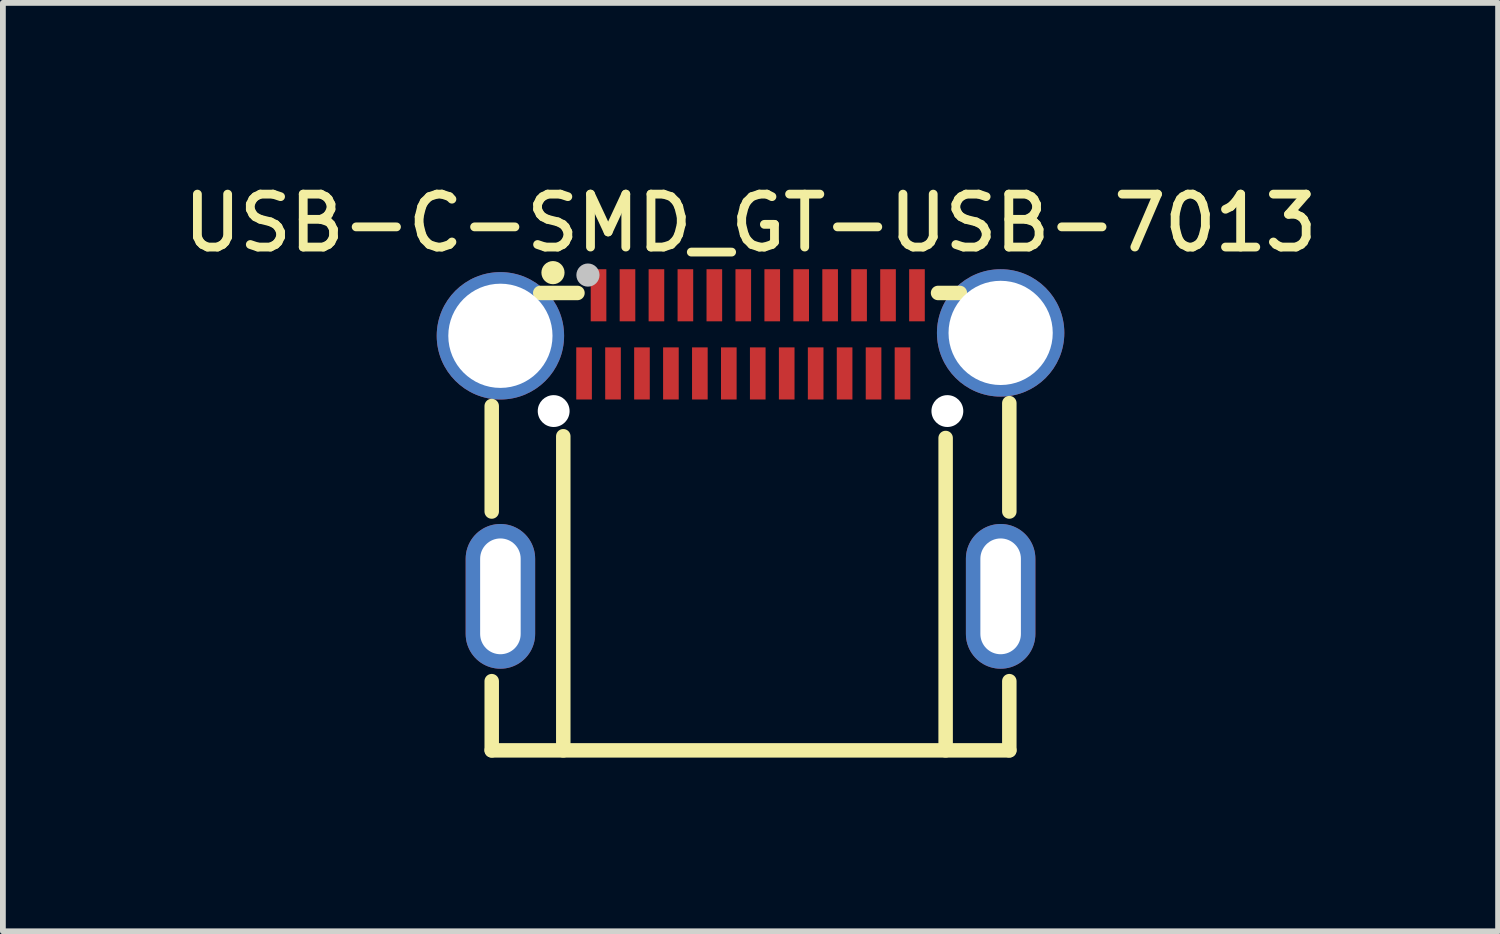
<source format=kicad_pcb>
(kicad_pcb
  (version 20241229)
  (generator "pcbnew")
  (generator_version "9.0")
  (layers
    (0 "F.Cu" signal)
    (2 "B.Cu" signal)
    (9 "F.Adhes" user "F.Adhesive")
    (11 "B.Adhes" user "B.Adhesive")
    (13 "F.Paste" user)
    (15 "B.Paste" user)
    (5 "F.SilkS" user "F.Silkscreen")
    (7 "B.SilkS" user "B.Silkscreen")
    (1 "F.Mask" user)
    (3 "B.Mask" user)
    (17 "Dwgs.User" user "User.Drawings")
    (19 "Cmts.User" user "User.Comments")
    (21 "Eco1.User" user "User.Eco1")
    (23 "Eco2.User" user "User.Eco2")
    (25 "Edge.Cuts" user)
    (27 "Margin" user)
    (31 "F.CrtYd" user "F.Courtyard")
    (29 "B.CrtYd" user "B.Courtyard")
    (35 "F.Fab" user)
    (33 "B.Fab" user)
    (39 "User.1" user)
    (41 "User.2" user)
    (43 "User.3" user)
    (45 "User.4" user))
  (footprint "USB-C-SMD_GT-USB-7013"
    (layer "F.Cu")
    (at 9.913 4.65)
    (property "Reference" "USB-C-SMD_GT-USB-7013" (at 0 -3.848 0) (unlocked yes) (layer "F.SilkS") (effects (font (size 0.914 0.914) (thickness 0.152))))
    (fp_line (start -4.47 1.135) (end -4.47 -0.687) (stroke (width 0.25) (type default)) (layer "F.SilkS"))
    (fp_line (start -4.47 5.26) (end -4.47 4.065) (stroke (width 0.25) (type default)) (layer "F.SilkS"))
    (fp_line (start -4.47 5.26) (end 4.47 5.26) (stroke (width 0.25) (type default)) (layer "F.SilkS"))
    (fp_line (start -3.632 -2.64) (end -2.989 -2.64) (stroke (width 0.25) (type default)) (layer "F.SilkS"))
    (fp_line (start -3.234 5.26) (end -3.234 -0.165) (stroke (width 0.25) (type default)) (layer "F.SilkS"))
    (fp_line (start 3.239 -2.64) (end 3.616 -2.64) (stroke (width 0.25) (type default)) (layer "F.SilkS"))
    (fp_line (start 3.37 5.26) (end 3.37 -0.135) (stroke (width 0.25) (type default)) (layer "F.SilkS"))
    (fp_line (start 4.47 1.135) (end 4.47 -0.737) (stroke (width 0.25) (type default)) (layer "F.SilkS"))
    (fp_line (start 4.47 5.26) (end 4.47 4.065) (stroke (width 0.25) (type default)) (layer "F.SilkS"))
    (fp_circle (center -3.412 -2.991) (end -3.312 -2.991) (stroke (width 0.2) (type default)) (fill no) (layer "F.SilkS"))
    (fp_circle (center -3.4 -0.6) (end -3.3 -0.6) (stroke (width 0.2) (type default)) (fill no) (layer "Dwgs.User"))
    (fp_circle (center -2.808 -2.949) (end -2.708 -2.949) (stroke (width 0.2) (type default)) (fill no) (layer "Dwgs.User"))
    (fp_circle (center 3.4 -0.6) (end 3.5 -0.6) (stroke (width 0.2) (type default)) (fill no) (layer "Dwgs.User"))
    (fp_circle (center -4.47 -2.9) (end -4.44 -2.9) (stroke (width 0.06) (type default)) (fill no) (layer "User.5"))
    (pad "" np_thru_hole circle (at -3.4 -0.6) (size 0.55 0.55) (drill 0.55) (layers "*.Cu" "*.Mask"))
    (pad "" np_thru_hole circle (at 3.4 -0.6) (size 0.55 0.55) (drill 0.55) (layers "*.Cu" "*.Mask"))
    (pad "1" smd rect (at -2.625 -2.6) (size 0.27 0.9) (layers "F.Cu" "F.Mask" "F.Paste"))
    (pad "2" smd rect (at -2.125 -2.6) (size 0.27 0.9) (layers "F.Cu" "F.Mask" "F.Paste"))
    (pad "3" smd rect (at -1.625 -2.6) (size 0.27 0.9) (layers "F.Cu" "F.Mask" "F.Paste"))
    (pad "4" smd rect (at -1.125 -2.6) (size 0.27 0.9) (layers "F.Cu" "F.Mask" "F.Paste"))
    (pad "5" smd rect (at -0.625 -2.6) (size 0.27 0.9) (layers "F.Cu" "F.Mask" "F.Paste"))
    (pad "6" smd rect (at -0.125 -2.6) (size 0.27 0.9) (layers "F.Cu" "F.Mask" "F.Paste"))
    (pad "7" smd rect (at 0.375 -2.6) (size 0.27 0.9) (layers "F.Cu" "F.Mask" "F.Paste"))
    (pad "8" smd rect (at 0.875 -2.6) (size 0.27 0.9) (layers "F.Cu" "F.Mask" "F.Paste"))
    (pad "9" smd rect (at 1.375 -2.6) (size 0.27 0.9) (layers "F.Cu" "F.Mask" "F.Paste"))
    (pad "10" smd rect (at 1.875 -2.6) (size 0.27 0.9) (layers "F.Cu" "F.Mask" "F.Paste"))
    (pad "11" smd rect (at 2.375 -2.6) (size 0.27 0.9) (layers "F.Cu" "F.Mask" "F.Paste"))
    (pad "12" smd rect (at 2.875 -2.6) (size 0.27 0.9) (layers "F.Cu" "F.Mask" "F.Paste"))
    (pad "13" smd rect (at 2.625 -1.25) (size 0.27 0.9) (layers "F.Cu" "F.Mask" "F.Paste"))
    (pad "14" smd rect (at 2.125 -1.25) (size 0.27 0.9) (layers "F.Cu" "F.Mask" "F.Paste"))
    (pad "15" smd rect (at 1.625 -1.25) (size 0.27 0.9) (layers "F.Cu" "F.Mask" "F.Paste"))
    (pad "16" smd rect (at 1.125 -1.25) (size 0.27 0.9) (layers "F.Cu" "F.Mask" "F.Paste"))
    (pad "17" smd rect (at 0.625 -1.25) (size 0.27 0.9) (layers "F.Cu" "F.Mask" "F.Paste"))
    (pad "18" smd rect (at 0.125 -1.25) (size 0.27 0.9) (layers "F.Cu" "F.Mask" "F.Paste"))
    (pad "19" smd rect (at -0.375 -1.25) (size 0.27 0.9) (layers "F.Cu" "F.Mask" "F.Paste"))
    (pad "20" smd rect (at -0.875 -1.25) (size 0.27 0.9) (layers "F.Cu" "F.Mask" "F.Paste"))
    (pad "21" smd rect (at -1.375 -1.25) (size 0.27 0.9) (layers "F.Cu" "F.Mask" "F.Paste"))
    (pad "22" smd rect (at -1.875 -1.25) (size 0.27 0.9) (layers "F.Cu" "F.Mask" "F.Paste"))
    (pad "23" smd rect (at -2.375 -1.25) (size 0.27 0.9) (layers "F.Cu" "F.Mask" "F.Paste"))
    (pad "24" smd rect (at -2.875 -1.25) (size 0.27 0.9) (layers "F.Cu" "F.Mask" "F.Paste"))
    (pad "25" thru_hole oval (at 4.32 -1.95) (size 2.2 2.2) (drill 1.8) (layers "*.Cu" "*.Mask"))
    (pad "26" thru_hole oval (at 4.32 2.6) (size 1.2 2.5) (drill oval 0.7 2) (layers "*.Cu" "*.Mask"))
    (pad "27" thru_hole oval (at -4.32 2.6) (size 1.2 2.5) (drill oval 0.7 2) (layers "*.Cu" "*.Mask"))
    (pad "28" thru_hole oval (at -4.32 -1.9) (size 2.2 2.2) (drill 1.8) (layers "*.Cu" "*.Mask"))
    (zone (net_name "") (layer "F.Paste") (hatch edge 0.5) (priority 100) (connect_pads yes) (min_thickness 0) (filled_areas_thickness no) (fill yes) (polygon (pts (xy 6.902 2.95) (xy 7.172 2.95) (xy 7.172 3.85) (xy 6.902 3.85))) (filled_polygon (layer "F.Paste") (island) (pts (xy 6.902 2.95) (xy 7.172 2.95) (xy 7.172 3.85) (xy 6.902 3.85))))
    (zone (net_name "") (layer "F.Paste") (hatch edge 0.5) (priority 100) (connect_pads yes) (min_thickness 0) (filled_areas_thickness no) (fill yes) (polygon (pts (xy 7.152 1.6) (xy 7.422 1.6) (xy 7.422 2.5) (xy 7.152 2.5))) (filled_polygon (layer "F.Paste") (island) (pts (xy 7.152 1.6) (xy 7.422 1.6) (xy 7.422 2.5) (xy 7.152 2.5))))
    (zone (net_name "") (layer "F.Paste") (hatch edge 0.5) (priority 100) (connect_pads yes) (min_thickness 0) (filled_areas_thickness no) (fill yes) (polygon (pts (xy 7.402 2.95) (xy 7.672 2.95) (xy 7.672 3.85) (xy 7.402 3.85))) (filled_polygon (layer "F.Paste") (island) (pts (xy 7.402 2.95) (xy 7.672 2.95) (xy 7.672 3.85) (xy 7.402 3.85))))
    (zone (net_name "") (layer "F.Paste") (hatch edge 0.5) (priority 100) (connect_pads yes) (min_thickness 0) (filled_areas_thickness no) (fill yes) (polygon (pts (xy 7.652 1.6) (xy 7.922 1.6) (xy 7.922 2.5) (xy 7.652 2.5))) (filled_polygon (layer "F.Paste") (island) (pts (xy 7.652 1.6) (xy 7.922 1.6) (xy 7.922 2.5) (xy 7.652 2.5))))
    (zone (net_name "") (layer "F.Paste") (hatch edge 0.5) (priority 100) (connect_pads yes) (min_thickness 0) (filled_areas_thickness no) (fill yes) (polygon (pts (xy 7.902 2.95) (xy 8.172 2.95) (xy 8.172 3.85) (xy 7.902 3.85))) (filled_polygon (layer "F.Paste") (island) (pts (xy 7.902 2.95) (xy 8.172 2.95) (xy 8.172 3.85) (xy 7.902 3.85))))
    (zone (net_name "") (layer "F.Paste") (hatch edge 0.5) (priority 100) (connect_pads yes) (min_thickness 0) (filled_areas_thickness no) (fill yes) (polygon (pts (xy 8.152 1.6) (xy 8.422 1.6) (xy 8.422 2.5) (xy 8.152 2.5))) (filled_polygon (layer "F.Paste") (island) (pts (xy 8.152 1.6) (xy 8.422 1.6) (xy 8.422 2.5) (xy 8.152 2.5))))
    (zone (net_name "") (layer "F.Paste") (hatch edge 0.5) (priority 100) (connect_pads yes) (min_thickness 0) (filled_areas_thickness no) (fill yes) (polygon (pts (xy 8.402 2.95) (xy 8.672 2.95) (xy 8.672 3.85) (xy 8.402 3.85))) (filled_polygon (layer "F.Paste") (island) (pts (xy 8.402 2.95) (xy 8.672 2.95) (xy 8.672 3.85) (xy 8.402 3.85))))
    (zone (net_name "") (layer "F.Paste") (hatch edge 0.5) (priority 100) (connect_pads yes) (min_thickness 0) (filled_areas_thickness no) (fill yes) (polygon (pts (xy 8.652 1.6) (xy 8.922 1.6) (xy 8.922 2.5) (xy 8.652 2.5))) (filled_polygon (layer "F.Paste") (island) (pts (xy 8.652 1.6) (xy 8.922 1.6) (xy 8.922 2.5) (xy 8.652 2.5))))
    (zone (net_name "") (layer "F.Paste") (hatch edge 0.5) (priority 100) (connect_pads yes) (min_thickness 0) (filled_areas_thickness no) (fill yes) (polygon (pts (xy 8.902 2.95) (xy 9.172 2.95) (xy 9.172 3.85) (xy 8.902 3.85))) (filled_polygon (layer "F.Paste") (island) (pts (xy 8.902 2.95) (xy 9.172 2.95) (xy 9.172 3.85) (xy 8.902 3.85))))
    (zone (net_name "") (layer "F.Paste") (hatch edge 0.5) (priority 100) (connect_pads yes) (min_thickness 0) (filled_areas_thickness no) (fill yes) (polygon (pts (xy 9.152 1.6) (xy 9.422 1.6) (xy 9.422 2.5) (xy 9.152 2.5))) (filled_polygon (layer "F.Paste") (island) (pts (xy 9.152 1.6) (xy 9.422 1.6) (xy 9.422 2.5) (xy 9.152 2.5))))
    (zone (net_name "") (layer "F.Paste") (hatch edge 0.5) (priority 100) (connect_pads yes) (min_thickness 0) (filled_areas_thickness no) (fill yes) (polygon (pts (xy 9.402 2.95) (xy 9.672 2.95) (xy 9.672 3.85) (xy 9.402 3.85))) (filled_polygon (layer "F.Paste") (island) (pts (xy 9.402 2.95) (xy 9.672 2.95) (xy 9.672 3.85) (xy 9.402 3.85))))
    (zone (net_name "") (layer "F.Paste") (hatch edge 0.5) (priority 100) (connect_pads yes) (min_thickness 0) (filled_areas_thickness no) (fill yes) (polygon (pts (xy 9.652 1.6) (xy 9.922 1.6) (xy 9.922 2.5) (xy 9.652 2.5))) (filled_polygon (layer "F.Paste") (island) (pts (xy 9.652 1.6) (xy 9.922 1.6) (xy 9.922 2.5) (xy 9.652 2.5))))
    (zone (net_name "") (layer "F.Paste") (hatch edge 0.5) (priority 100) (connect_pads yes) (min_thickness 0) (filled_areas_thickness no) (fill yes) (polygon (pts (xy 9.902 2.95) (xy 10.172 2.95) (xy 10.172 3.85) (xy 9.902 3.85))) (filled_polygon (layer "F.Paste") (island) (pts (xy 9.902 2.95) (xy 10.172 2.95) (xy 10.172 3.85) (xy 9.902 3.85))))
    (zone (net_name "") (layer "F.Paste") (hatch edge 0.5) (priority 100) (connect_pads yes) (min_thickness 0) (filled_areas_thickness no) (fill yes) (polygon (pts (xy 10.152 1.6) (xy 10.422 1.6) (xy 10.422 2.5) (xy 10.152 2.5))) (filled_polygon (layer "F.Paste") (island) (pts (xy 10.152 1.6) (xy 10.422 1.6) (xy 10.422 2.5) (xy 10.152 2.5))))
    (zone (net_name "") (layer "F.Paste") (hatch edge 0.5) (priority 100) (connect_pads yes) (min_thickness 0) (filled_areas_thickness no) (fill yes) (polygon (pts (xy 10.402 2.95) (xy 10.672 2.95) (xy 10.672 3.85) (xy 10.402 3.85))) (filled_polygon (layer "F.Paste") (island) (pts (xy 10.402 2.95) (xy 10.672 2.95) (xy 10.672 3.85) (xy 10.402 3.85))))
    (zone (net_name "") (layer "F.Paste") (hatch edge 0.5) (priority 100) (connect_pads yes) (min_thickness 0) (filled_areas_thickness no) (fill yes) (polygon (pts (xy 10.652 1.6) (xy 10.922 1.6) (xy 10.922 2.5) (xy 10.652 2.5))) (filled_polygon (layer "F.Paste") (island) (pts (xy 10.652 1.6) (xy 10.922 1.6) (xy 10.922 2.5) (xy 10.652 2.5))))
    (zone (net_name "") (layer "F.Paste") (hatch edge 0.5) (priority 100) (connect_pads yes) (min_thickness 0) (filled_areas_thickness no) (fill yes) (polygon (pts (xy 10.902 2.95) (xy 11.172 2.95) (xy 11.172 3.85) (xy 10.902 3.85))) (filled_polygon (layer "F.Paste") (island) (pts (xy 10.902 2.95) (xy 11.172 2.95) (xy 11.172 3.85) (xy 10.902 3.85))))
    (zone (net_name "") (layer "F.Paste") (hatch edge 0.5) (priority 100) (connect_pads yes) (min_thickness 0) (filled_areas_thickness no) (fill yes) (polygon (pts (xy 11.152 1.6) (xy 11.422 1.6) (xy 11.422 2.5) (xy 11.152 2.5))) (filled_polygon (layer "F.Paste") (island) (pts (xy 11.152 1.6) (xy 11.422 1.6) (xy 11.422 2.5) (xy 11.152 2.5))))
    (zone (net_name "") (layer "F.Paste") (hatch edge 0.5) (priority 100) (connect_pads yes) (min_thickness 0) (filled_areas_thickness no) (fill yes) (polygon (pts (xy 11.402 2.95) (xy 11.672 2.95) (xy 11.672 3.85) (xy 11.402 3.85))) (filled_polygon (layer "F.Paste") (island) (pts (xy 11.402 2.95) (xy 11.672 2.95) (xy 11.672 3.85) (xy 11.402 3.85))))
    (zone (net_name "") (layer "F.Paste") (hatch edge 0.5) (priority 100) (connect_pads yes) (min_thickness 0) (filled_areas_thickness no) (fill yes) (polygon (pts (xy 11.652 1.6) (xy 11.922 1.6) (xy 11.922 2.5) (xy 11.652 2.5))) (filled_polygon (layer "F.Paste") (island) (pts (xy 11.652 1.6) (xy 11.922 1.6) (xy 11.922 2.5) (xy 11.652 2.5))))
    (zone (net_name "") (layer "F.Paste") (hatch edge 0.5) (priority 100) (connect_pads yes) (min_thickness 0) (filled_areas_thickness no) (fill yes) (polygon (pts (xy 11.902 2.95) (xy 12.172 2.95) (xy 12.172 3.85) (xy 11.902 3.85))) (filled_polygon (layer "F.Paste") (island) (pts (xy 11.902 2.95) (xy 12.172 2.95) (xy 12.172 3.85) (xy 11.902 3.85))))
    (zone (net_name "") (layer "F.Paste") (hatch edge 0.5) (priority 100) (connect_pads yes) (min_thickness 0) (filled_areas_thickness no) (fill yes) (polygon (pts (xy 12.152 1.6) (xy 12.422 1.6) (xy 12.422 2.5) (xy 12.152 2.5))) (filled_polygon (layer "F.Paste") (island) (pts (xy 12.152 1.6) (xy 12.422 1.6) (xy 12.422 2.5) (xy 12.152 2.5))))
    (zone (net_name "") (layer "F.Paste") (hatch edge 0.5) (priority 100) (connect_pads yes) (min_thickness 0) (filled_areas_thickness no) (fill yes) (polygon (pts (xy 12.402 2.95) (xy 12.672 2.95) (xy 12.672 3.85) (xy 12.402 3.85))) (filled_polygon (layer "F.Paste") (island) (pts (xy 12.402 2.95) (xy 12.672 2.95) (xy 12.672 3.85) (xy 12.402 3.85))))
    (zone (net_name "") (layer "F.Paste") (hatch edge 0.5) (priority 100) (connect_pads yes) (min_thickness 0) (filled_areas_thickness no) (fill yes) (polygon (pts (xy 12.652 1.6) (xy 12.922 1.6) (xy 12.922 2.5) (xy 12.652 2.5))) (filled_polygon (layer "F.Paste") (island) (pts (xy 12.652 1.6) (xy 12.922 1.6) (xy 12.922 2.5) (xy 12.652 2.5))))
    (zone (net_name "") (layer "F.Paste") (hatch edge 0.5) (priority 100) (connect_pads yes) (min_thickness 0) (filled_areas_thickness no) (fill yes) (polygon (pts (xy 5.652 1.652) (xy 5.415 1.665) (xy 5.185 1.728) (xy 4.975 1.84) (xy 4.794 1.994) (xy 4.65 2.183) (xy 4.55 2.399) (xy 4.499 2.631) (xy 4.499 2.869) (xy 4.55 3.102) (xy 4.65 3.317) (xy 4.794 3.507) (xy 4.975 3.661) (xy 5.185 3.772) (xy 5.415 3.836) (xy 5.652 3.849) (xy 5.887 3.81) (xy 6.108 3.722) (xy 6.305 3.589) (xy 6.468 3.416) (xy 6.591 3.212) (xy 6.667 2.987) (xy 6.693 2.75) (xy 6.667 2.514) (xy 6.591 2.288) (xy 6.468 2.085) (xy 6.305 1.912) (xy 6.108 1.778) (xy 5.887 1.69))) (filled_polygon (layer "F.Paste") (island) (pts (xy 5.652 1.652) (xy 5.415 1.665) (xy 5.185 1.728) (xy 4.975 1.84) (xy 4.794 1.994) (xy 4.65 2.183) (xy 4.55 2.399) (xy 4.499 2.631) (xy 4.499 2.869) (xy 4.55 3.102) (xy 4.65 3.317) (xy 4.794 3.507) (xy 4.975 3.661) (xy 5.185 3.772) (xy 5.415 3.836) (xy 5.652 3.849) (xy 5.887 3.81) (xy 6.108 3.722) (xy 6.305 3.589) (xy 6.468 3.416) (xy 6.591 3.212) (xy 6.667 2.987) (xy 6.693 2.75) (xy 6.667 2.514) (xy 6.591 2.288) (xy 6.468 2.085) (xy 6.305 1.912) (xy 6.108 1.778) (xy 5.887 1.69))))
    (zone (net_name "") (layer "F.Paste") (hatch edge 0.5) (priority 100) (connect_pads yes) (min_thickness 0) (filled_areas_thickness no) (fill yes) (polygon (pts (xy 14.292 1.602) (xy 14.055 1.615) (xy 13.825 1.678) (xy 13.615 1.79) (xy 13.434 1.944) (xy 13.29 2.133) (xy 13.19 2.349) (xy 13.139 2.581) (xy 13.139 2.819) (xy 13.19 3.052) (xy 13.29 3.267) (xy 13.434 3.457) (xy 13.615 3.611) (xy 13.825 3.722) (xy 14.055 3.786) (xy 14.292 3.799) (xy 14.527 3.76) (xy 14.748 3.672) (xy 14.945 3.539) (xy 15.108 3.366) (xy 15.231 3.162) (xy 15.307 2.937) (xy 15.333 2.7) (xy 15.307 2.464) (xy 15.231 2.238) (xy 15.108 2.035) (xy 14.945 1.862) (xy 14.748 1.728) (xy 14.527 1.64))) (filled_polygon (layer "F.Paste") (island) (pts (xy 14.292 1.602) (xy 14.055 1.615) (xy 13.825 1.678) (xy 13.615 1.79) (xy 13.434 1.944) (xy 13.29 2.133) (xy 13.19 2.349) (xy 13.139 2.581) (xy 13.139 2.819) (xy 13.19 3.052) (xy 13.29 3.267) (xy 13.434 3.457) (xy 13.615 3.611) (xy 13.825 3.722) (xy 14.055 3.786) (xy 14.292 3.799) (xy 14.527 3.76) (xy 14.748 3.672) (xy 14.945 3.539) (xy 15.108 3.366) (xy 15.231 3.162) (xy 15.307 2.937) (xy 15.333 2.7) (xy 15.307 2.464) (xy 15.231 2.238) (xy 15.108 2.035) (xy 14.945 1.862) (xy 14.748 1.728) (xy 14.527 1.64))))
    (zone (net_name "") (layer "F.Paste") (hatch edge 0.5) (priority 100) (connect_pads yes) (min_thickness 0) (filled_areas_thickness no) (fill yes) (polygon (pts (xy 5.637 6.002) (xy 5.607 6) (xy 5.578 6) (xy 5.548 6.002) (xy 5.518 6.005) (xy 5.488 6.009) (xy 5.459 6.015) (xy 5.43 6.023) (xy 5.401 6.031) (xy 5.373 6.042) (xy 5.346 6.053) (xy 5.319 6.066) (xy 5.293 6.081) (xy 5.267 6.096) (xy 5.242 6.113) (xy 5.218 6.131) (xy 5.196 6.15) (xy 5.174 6.171) (xy 5.153 6.192) (xy 5.133 6.214) (xy 5.114 6.238) (xy 5.097 6.262) (xy 5.081 6.287) (xy 5.066 6.313) (xy 5.052 6.34) (xy 5.04 6.367) (xy 5.029 6.395) (xy 5.019 6.423) (xy 5.011 6.452) (xy 5.004 6.481) (xy 4.999 6.511) (xy 4.995 6.54) (xy 4.993 6.57) (xy 4.993 6.6) (xy 4.993 7.9) (xy 4.993 7.93) (xy 4.995 7.96) (xy 4.999 7.99) (xy 5.004 8.019) (xy 5.011 8.048) (xy 5.019 8.077) (xy 5.029 8.105) (xy 5.04 8.133) (xy 5.052 8.16) (xy 5.066 8.187) (xy 5.081 8.213) (xy 5.097 8.238) (xy 5.114 8.262) (xy 5.133 8.286) (xy 5.153 8.308) (xy 5.174 8.33) (xy 5.196 8.35) (xy 5.218 8.369) (xy 5.242 8.387) (xy 5.267 8.404) (xy 5.293 8.42) (xy 5.319 8.434) (xy 5.346 8.447) (xy 5.373 8.459) (xy 5.401 8.469) (xy 5.43 8.478) (xy 5.459 8.485) (xy 5.488 8.491) (xy 5.518 8.496) (xy 5.548 8.498) (xy 5.578 8.5) (xy 5.607 8.5) (xy 5.637 8.498) (xy 5.667 8.496) (xy 5.697 8.491) (xy 5.726 8.485) (xy 5.755 8.478) (xy 5.784 8.469) (xy 5.812 8.459) (xy 5.839 8.447) (xy 5.866 8.434) (xy 5.893 8.42) (xy 5.918 8.404) (xy 5.943 8.387) (xy 5.967 8.369) (xy 5.99 8.35) (xy 6.011 8.33) (xy 6.032 8.308) (xy 6.052 8.286) (xy 6.071 8.262) (xy 6.088 8.238) (xy 6.104 8.213) (xy 6.119 8.187) (xy 6.133 8.16) (xy 6.145 8.133) (xy 6.156 8.105) (xy 6.166 8.077) (xy 6.174 8.048) (xy 6.181 8.019) (xy 6.186 7.99) (xy 6.19 7.96) (xy 6.192 7.93) (xy 6.193 7.9) (xy 6.193 6.6) (xy 6.192 6.57) (xy 6.19 6.54) (xy 6.186 6.511) (xy 6.181 6.481) (xy 6.174 6.452) (xy 6.166 6.423) (xy 6.156 6.395) (xy 6.145 6.367) (xy 6.133 6.34) (xy 6.119 6.313) (xy 6.104 6.287) (xy 6.088 6.262) (xy 6.071 6.238) (xy 6.052 6.214) (xy 6.032 6.192) (xy 6.011 6.171) (xy 5.99 6.15) (xy 5.967 6.131) (xy 5.943 6.113) (xy 5.918 6.096) (xy 5.893 6.081) (xy 5.866 6.066) (xy 5.839 6.053) (xy 5.812 6.042) (xy 5.784 6.031) (xy 5.755 6.023) (xy 5.726 6.015) (xy 5.697 6.009) (xy 5.667 6.005))) (filled_polygon (layer "F.Paste") (island) (pts (xy 5.637 6.002) (xy 5.607 6) (xy 5.578 6) (xy 5.548 6.002) (xy 5.518 6.005) (xy 5.488 6.009) (xy 5.459 6.015) (xy 5.43 6.023) (xy 5.401 6.031) (xy 5.373 6.042) (xy 5.346 6.053) (xy 5.319 6.066) (xy 5.293 6.081) (xy 5.267 6.096) (xy 5.242 6.113) (xy 5.218 6.131) (xy 5.196 6.15) (xy 5.174 6.171) (xy 5.153 6.192) (xy 5.133 6.214) (xy 5.114 6.238) (xy 5.097 6.262) (xy 5.081 6.287) (xy 5.066 6.313) (xy 5.052 6.34) (xy 5.04 6.367) (xy 5.029 6.395) (xy 5.019 6.423) (xy 5.011 6.452) (xy 5.004 6.481) (xy 4.999 6.511) (xy 4.995 6.54) (xy 4.993 6.57) (xy 4.993 6.6) (xy 4.993 7.9) (xy 4.993 7.93) (xy 4.995 7.96) (xy 4.999 7.99) (xy 5.004 8.019) (xy 5.011 8.048) (xy 5.019 8.077) (xy 5.029 8.105) (xy 5.04 8.133) (xy 5.052 8.16) (xy 5.066 8.187) (xy 5.081 8.213) (xy 5.097 8.238) (xy 5.114 8.262) (xy 5.133 8.286) (xy 5.153 8.308) (xy 5.174 8.33) (xy 5.196 8.35) (xy 5.218 8.369) (xy 5.242 8.387) (xy 5.267 8.404) (xy 5.293 8.42) (xy 5.319 8.434) (xy 5.346 8.447) (xy 5.373 8.459) (xy 5.401 8.469) (xy 5.43 8.478) (xy 5.459 8.485) (xy 5.488 8.491) (xy 5.518 8.496) (xy 5.548 8.498) (xy 5.578 8.5) (xy 5.607 8.5) (xy 5.637 8.498) (xy 5.667 8.496) (xy 5.697 8.491) (xy 5.726 8.485) (xy 5.755 8.478) (xy 5.784 8.469) (xy 5.812 8.459) (xy 5.839 8.447) (xy 5.866 8.434) (xy 5.893 8.42) (xy 5.918 8.404) (xy 5.943 8.387) (xy 5.967 8.369) (xy 5.99 8.35) (xy 6.011 8.33) (xy 6.032 8.308) (xy 6.052 8.286) (xy 6.071 8.262) (xy 6.088 8.238) (xy 6.104 8.213) (xy 6.119 8.187) (xy 6.133 8.16) (xy 6.145 8.133) (xy 6.156 8.105) (xy 6.166 8.077) (xy 6.174 8.048) (xy 6.181 8.019) (xy 6.186 7.99) (xy 6.19 7.96) (xy 6.192 7.93) (xy 6.193 7.9) (xy 6.193 6.6) (xy 6.192 6.57) (xy 6.19 6.54) (xy 6.186 6.511) (xy 6.181 6.481) (xy 6.174 6.452) (xy 6.166 6.423) (xy 6.156 6.395) (xy 6.145 6.367) (xy 6.133 6.34) (xy 6.119 6.313) (xy 6.104 6.287) (xy 6.088 6.262) (xy 6.071 6.238) (xy 6.052 6.214) (xy 6.032 6.192) (xy 6.011 6.171) (xy 5.99 6.15) (xy 5.967 6.131) (xy 5.943 6.113) (xy 5.918 6.096) (xy 5.893 6.081) (xy 5.866 6.066) (xy 5.839 6.053) (xy 5.812 6.042) (xy 5.784 6.031) (xy 5.755 6.023) (xy 5.726 6.015) (xy 5.697 6.009) (xy 5.667 6.005))))
    (zone (net_name "") (layer "F.Paste") (hatch edge 0.5) (priority 100) (connect_pads yes) (min_thickness 0) (filled_areas_thickness no) (fill yes) (polygon (pts (xy 14.277 6.002) (xy 14.248 6.001) (xy 14.218 6.001) (xy 14.188 6.002) (xy 14.158 6.005) (xy 14.128 6.01) (xy 14.099 6.015) (xy 14.07 6.023) (xy 14.041 6.032) (xy 14.013 6.042) (xy 13.986 6.053) (xy 13.959 6.066) (xy 13.933 6.081) (xy 13.907 6.096) (xy 13.882 6.113) (xy 13.858 6.131) (xy 13.836 6.151) (xy 13.814 6.171) (xy 13.793 6.192) (xy 13.773 6.215) (xy 13.754 6.238) (xy 13.737 6.262) (xy 13.721 6.288) (xy 13.706 6.313) (xy 13.692 6.34) (xy 13.68 6.367) (xy 13.669 6.395) (xy 13.659 6.424) (xy 13.651 6.452) (xy 13.644 6.482) (xy 13.639 6.511) (xy 13.636 6.541) (xy 13.633 6.571) (xy 13.633 6.6) (xy 13.633 7.9) (xy 13.633 7.93) (xy 13.636 7.96) (xy 13.639 7.99) (xy 13.644 8.019) (xy 13.651 8.048) (xy 13.659 8.077) (xy 13.669 8.106) (xy 13.68 8.133) (xy 13.692 8.161) (xy 13.706 8.187) (xy 13.721 8.213) (xy 13.737 8.238) (xy 13.754 8.263) (xy 13.773 8.286) (xy 13.793 8.308) (xy 13.814 8.33) (xy 13.836 8.35) (xy 13.858 8.369) (xy 13.882 8.388) (xy 13.907 8.404) (xy 13.933 8.42) (xy 13.959 8.434) (xy 13.986 8.447) (xy 14.013 8.459) (xy 14.041 8.469) (xy 14.07 8.478) (xy 14.099 8.485) (xy 14.128 8.491) (xy 14.158 8.496) (xy 14.188 8.499) (xy 14.218 8.5) (xy 14.248 8.5) (xy 14.277 8.499) (xy 14.307 8.496) (xy 14.337 8.491) (xy 14.366 8.485) (xy 14.395 8.478) (xy 14.424 8.469) (xy 14.452 8.459) (xy 14.479 8.447) (xy 14.506 8.434) (xy 14.533 8.42) (xy 14.558 8.404) (xy 14.583 8.388) (xy 14.607 8.369) (xy 14.63 8.35) (xy 14.652 8.33) (xy 14.672 8.308) (xy 14.692 8.286) (xy 14.711 8.263) (xy 14.728 8.238) (xy 14.745 8.213) (xy 14.76 8.187) (xy 14.773 8.161) (xy 14.785 8.133) (xy 14.796 8.106) (xy 14.806 8.077) (xy 14.814 8.048) (xy 14.821 8.019) (xy 14.826 7.99) (xy 14.83 7.96) (xy 14.832 7.93) (xy 14.833 7.9) (xy 14.833 6.6) (xy 14.832 6.571) (xy 14.83 6.541) (xy 14.826 6.511) (xy 14.821 6.482) (xy 14.814 6.452) (xy 14.806 6.424) (xy 14.796 6.395) (xy 14.785 6.367) (xy 14.773 6.34) (xy 14.76 6.313) (xy 14.745 6.288) (xy 14.728 6.262) (xy 14.711 6.238) (xy 14.692 6.215) (xy 14.672 6.192) (xy 14.652 6.171) (xy 14.63 6.151) (xy 14.607 6.131) (xy 14.583 6.113) (xy 14.558 6.096) (xy 14.533 6.081) (xy 14.506 6.066) (xy 14.479 6.053) (xy 14.452 6.042) (xy 14.424 6.032) (xy 14.395 6.023) (xy 14.366 6.015) (xy 14.337 6.01) (xy 14.307 6.005))) (filled_polygon (layer "F.Paste") (island) (pts (xy 14.277 6.002) (xy 14.248 6.001) (xy 14.218 6.001) (xy 14.188 6.002) (xy 14.158 6.005) (xy 14.128 6.01) (xy 14.099 6.015) (xy 14.07 6.023) (xy 14.041 6.032) (xy 14.013 6.042) (xy 13.986 6.053) (xy 13.959 6.066) (xy 13.933 6.081) (xy 13.907 6.096) (xy 13.882 6.113) (xy 13.858 6.131) (xy 13.836 6.151) (xy 13.814 6.171) (xy 13.793 6.192) (xy 13.773 6.215) (xy 13.754 6.238) (xy 13.737 6.262) (xy 13.721 6.288) (xy 13.706 6.313) (xy 13.692 6.34) (xy 13.68 6.367) (xy 13.669 6.395) (xy 13.659 6.424) (xy 13.651 6.452) (xy 13.644 6.482) (xy 13.639 6.511) (xy 13.636 6.541) (xy 13.633 6.571) (xy 13.633 6.6) (xy 13.633 7.9) (xy 13.633 7.93) (xy 13.636 7.96) (xy 13.639 7.99) (xy 13.644 8.019) (xy 13.651 8.048) (xy 13.659 8.077) (xy 13.669 8.106) (xy 13.68 8.133) (xy 13.692 8.161) (xy 13.706 8.187) (xy 13.721 8.213) (xy 13.737 8.238) (xy 13.754 8.263) (xy 13.773 8.286) (xy 13.793 8.308) (xy 13.814 8.33) (xy 13.836 8.35) (xy 13.858 8.369) (xy 13.882 8.388) (xy 13.907 8.404) (xy 13.933 8.42) (xy 13.959 8.434) (xy 13.986 8.447) (xy 14.013 8.459) (xy 14.041 8.469) (xy 14.07 8.478) (xy 14.099 8.485) (xy 14.128 8.491) (xy 14.158 8.496) (xy 14.188 8.499) (xy 14.218 8.5) (xy 14.248 8.5) (xy 14.277 8.499) (xy 14.307 8.496) (xy 14.337 8.491) (xy 14.366 8.485) (xy 14.395 8.478) (xy 14.424 8.469) (xy 14.452 8.459) (xy 14.479 8.447) (xy 14.506 8.434) (xy 14.533 8.42) (xy 14.558 8.404) (xy 14.583 8.388) (xy 14.607 8.369) (xy 14.63 8.35) (xy 14.652 8.33) (xy 14.672 8.308) (xy 14.692 8.286) (xy 14.711 8.263) (xy 14.728 8.238) (xy 14.745 8.213) (xy 14.76 8.187) (xy 14.773 8.161) (xy 14.785 8.133) (xy 14.796 8.106) (xy 14.806 8.077) (xy 14.814 8.048) (xy 14.821 8.019) (xy 14.826 7.99) (xy 14.83 7.96) (xy 14.832 7.93) (xy 14.833 7.9) (xy 14.833 6.6) (xy 14.832 6.571) (xy 14.83 6.541) (xy 14.826 6.511) (xy 14.821 6.482) (xy 14.814 6.452) (xy 14.806 6.424) (xy 14.796 6.395) (xy 14.785 6.367) (xy 14.773 6.34) (xy 14.76 6.313) (xy 14.745 6.288) (xy 14.728 6.262) (xy 14.711 6.238) (xy 14.692 6.215) (xy 14.672 6.192) (xy 14.652 6.171) (xy 14.63 6.151) (xy 14.607 6.131) (xy 14.583 6.113) (xy 14.558 6.096) (xy 14.533 6.081) (xy 14.506 6.066) (xy 14.479 6.053) (xy 14.452 6.042) (xy 14.424 6.032) (xy 14.395 6.023) (xy 14.366 6.015) (xy 14.337 6.01) (xy 14.307 6.005))))
    (zone (net_name "") (layer "Dwgs.User") (hatch edge 0.5) (priority 100) (connect_pads yes) (min_thickness 0) (filled_areas_thickness no) (fill yes) (polygon (pts (xy 6.813 9.75) (xy 6.813 6.15) (xy 13.213 6.15) (xy 13.213 9.75) (xy 13.013 9.75) (xy 13.013 6.35) (xy 7.013 6.35) (xy 7.013 9.75))) (filled_polygon (layer "Dwgs.User") (island) (pts (xy 6.813 9.75) (xy 6.813 6.15) (xy 13.213 6.15) (xy 13.213 9.75) (xy 13.013 9.75) (xy 13.013 6.35) (xy 7.013 6.35) (xy 7.013 9.75))))
    (zone (net_name "") (layer "User.3") (hatch edge 0.5) (priority 100) (connect_pads yes) (min_thickness 0) (filled_areas_thickness no) (fill yes) (polygon (pts (xy 14.363 2.05) (xy 14.363 9.95) (xy 5.463 9.95) (xy 5.463 2.05))) (filled_polygon (layer "User.3") (island) (pts (xy 14.363 2.05) (xy 14.363 9.95) (xy 5.463 9.95) (xy 5.463 2.05))))
    (zone (net_name "") (layer "User.4") (hatch edge 0.5) (priority 100) (connect_pads yes) (min_thickness 0) (filled_areas_thickness no) (fill yes) (polygon (pts (xy 5.443 2.1) (xy 5.743 2.1) (xy 5.743 3.4) (xy 5.443 3.4))) (filled_polygon (layer "User.4") (island) (pts (xy 5.443 2.1) (xy 5.743 2.1) (xy 5.743 3.4) (xy 5.443 3.4))))
    (zone (net_name "") (layer "User.4") (hatch edge 0.5) (priority 100) (connect_pads yes) (min_thickness 0) (filled_areas_thickness no) (fill yes) (polygon (pts (xy 5.443 6.5) (xy 5.743 6.5) (xy 5.743 8) (xy 5.443 8))) (filled_polygon (layer "User.4") (island) (pts (xy 5.443 6.5) (xy 5.743 6.5) (xy 5.743 8) (xy 5.443 8))))
    (zone (net_name "") (layer "User.4") (hatch edge 0.5) (priority 100) (connect_pads yes) (min_thickness 0) (filled_areas_thickness no) (fill yes) (polygon (pts (xy 5.663 3.35) (xy 5.663 3.05) (xy 6.163 3.05) (xy 6.163 3.35))) (filled_polygon (layer "User.4") (island) (pts (xy 5.663 3.35) (xy 5.663 3.05) (xy 6.163 3.05) (xy 6.163 3.35))))
    (zone (net_name "") (layer "User.4") (hatch edge 0.5) (priority 100) (connect_pads yes) (min_thickness 0) (filled_areas_thickness no) (fill yes) (polygon (pts (xy 6.938 3.1) (xy 7.138 3.1) (xy 7.138 3.7) (xy 6.938 3.7))) (filled_polygon (layer "User.4") (island) (pts (xy 6.938 3.1) (xy 7.138 3.1) (xy 7.138 3.7) (xy 6.938 3.7))))
    (zone (net_name "") (layer "User.4") (hatch edge 0.5) (priority 100) (connect_pads yes) (min_thickness 0) (filled_areas_thickness no) (fill yes) (polygon (pts (xy 7.187 1.75) (xy 7.387 1.75) (xy 7.387 2.35) (xy 7.187 2.35))) (filled_polygon (layer "User.4") (island) (pts (xy 7.187 1.75) (xy 7.387 1.75) (xy 7.387 2.35) (xy 7.187 2.35))))
    (zone (net_name "") (layer "User.4") (hatch edge 0.5) (priority 100) (connect_pads yes) (min_thickness 0) (filled_areas_thickness no) (fill yes) (polygon (pts (xy 7.437 3.1) (xy 7.637 3.1) (xy 7.637 3.7) (xy 7.437 3.7))) (filled_polygon (layer "User.4") (island) (pts (xy 7.437 3.1) (xy 7.637 3.1) (xy 7.637 3.7) (xy 7.437 3.7))))
    (zone (net_name "") (layer "User.4") (hatch edge 0.5) (priority 100) (connect_pads yes) (min_thickness 0) (filled_areas_thickness no) (fill yes) (polygon (pts (xy 7.688 1.75) (xy 7.888 1.75) (xy 7.888 2.35) (xy 7.688 2.35))) (filled_polygon (layer "User.4") (island) (pts (xy 7.688 1.75) (xy 7.888 1.75) (xy 7.888 2.35) (xy 7.688 2.35))))
    (zone (net_name "") (layer "User.4") (hatch edge 0.5) (priority 100) (connect_pads yes) (min_thickness 0) (filled_areas_thickness no) (fill yes) (polygon (pts (xy 7.938 3.1) (xy 8.138 3.1) (xy 8.138 3.7) (xy 7.938 3.7))) (filled_polygon (layer "User.4") (island) (pts (xy 7.938 3.1) (xy 8.138 3.1) (xy 8.138 3.7) (xy 7.938 3.7))))
    (zone (net_name "") (layer "User.4") (hatch edge 0.5) (priority 100) (connect_pads yes) (min_thickness 0) (filled_areas_thickness no) (fill yes) (polygon (pts (xy 8.187 1.75) (xy 8.387 1.75) (xy 8.387 2.35) (xy 8.187 2.35))) (filled_polygon (layer "User.4") (island) (pts (xy 8.187 1.75) (xy 8.387 1.75) (xy 8.387 2.35) (xy 8.187 2.35))))
    (zone (net_name "") (layer "User.4") (hatch edge 0.5) (priority 100) (connect_pads yes) (min_thickness 0) (filled_areas_thickness no) (fill yes) (polygon (pts (xy 8.437 3.1) (xy 8.637 3.1) (xy 8.637 3.7) (xy 8.437 3.7))) (filled_polygon (layer "User.4") (island) (pts (xy 8.437 3.1) (xy 8.637 3.1) (xy 8.637 3.7) (xy 8.437 3.7))))
    (zone (net_name "") (layer "User.4") (hatch edge 0.5) (priority 100) (connect_pads yes) (min_thickness 0) (filled_areas_thickness no) (fill yes) (polygon (pts (xy 8.688 1.75) (xy 8.888 1.75) (xy 8.888 2.35) (xy 8.688 2.35))) (filled_polygon (layer "User.4") (island) (pts (xy 8.688 1.75) (xy 8.888 1.75) (xy 8.888 2.35) (xy 8.688 2.35))))
    (zone (net_name "") (layer "User.4") (hatch edge 0.5) (priority 100) (connect_pads yes) (min_thickness 0) (filled_areas_thickness no) (fill yes) (polygon (pts (xy 8.938 3.1) (xy 9.138 3.1) (xy 9.138 3.7) (xy 8.938 3.7))) (filled_polygon (layer "User.4") (island) (pts (xy 8.938 3.1) (xy 9.138 3.1) (xy 9.138 3.7) (xy 8.938 3.7))))
    (zone (net_name "") (layer "User.4") (hatch edge 0.5) (priority 100) (connect_pads yes) (min_thickness 0) (filled_areas_thickness no) (fill yes) (polygon (pts (xy 9.187 1.75) (xy 9.387 1.75) (xy 9.387 2.35) (xy 9.187 2.35))) (filled_polygon (layer "User.4") (island) (pts (xy 9.187 1.75) (xy 9.387 1.75) (xy 9.387 2.35) (xy 9.187 2.35))))
    (zone (net_name "") (layer "User.4") (hatch edge 0.5) (priority 100) (connect_pads yes) (min_thickness 0) (filled_areas_thickness no) (fill yes) (polygon (pts (xy 9.437 3.1) (xy 9.637 3.1) (xy 9.637 3.7) (xy 9.437 3.7))) (filled_polygon (layer "User.4") (island) (pts (xy 9.437 3.1) (xy 9.637 3.1) (xy 9.637 3.7) (xy 9.437 3.7))))
    (zone (net_name "") (layer "User.4") (hatch edge 0.5) (priority 100) (connect_pads yes) (min_thickness 0) (filled_areas_thickness no) (fill yes) (polygon (pts (xy 9.687 1.75) (xy 9.887 1.75) (xy 9.887 2.35) (xy 9.687 2.35))) (filled_polygon (layer "User.4") (island) (pts (xy 9.687 1.75) (xy 9.887 1.75) (xy 9.887 2.35) (xy 9.687 2.35))))
    (zone (net_name "") (layer "User.4") (hatch edge 0.5) (priority 100) (connect_pads yes) (min_thickness 0) (filled_areas_thickness no) (fill yes) (polygon (pts (xy 9.938 3.1) (xy 10.138 3.1) (xy 10.138 3.7) (xy 9.938 3.7))) (filled_polygon (layer "User.4") (island) (pts (xy 9.938 3.1) (xy 10.138 3.1) (xy 10.138 3.7) (xy 9.938 3.7))))
    (zone (net_name "") (layer "User.4") (hatch edge 0.5) (priority 100) (connect_pads yes) (min_thickness 0) (filled_areas_thickness no) (fill yes) (polygon (pts (xy 10.187 1.75) (xy 10.387 1.75) (xy 10.387 2.35) (xy 10.187 2.35))) (filled_polygon (layer "User.4") (island) (pts (xy 10.187 1.75) (xy 10.387 1.75) (xy 10.387 2.35) (xy 10.187 2.35))))
    (zone (net_name "") (layer "User.4") (hatch edge 0.5) (priority 100) (connect_pads yes) (min_thickness 0) (filled_areas_thickness no) (fill yes) (polygon (pts (xy 10.437 3.1) (xy 10.637 3.1) (xy 10.637 3.7) (xy 10.437 3.7))) (filled_polygon (layer "User.4") (island) (pts (xy 10.437 3.1) (xy 10.637 3.1) (xy 10.637 3.7) (xy 10.437 3.7))))
    (zone (net_name "") (layer "User.4") (hatch edge 0.5) (priority 100) (connect_pads yes) (min_thickness 0) (filled_areas_thickness no) (fill yes) (polygon (pts (xy 10.688 1.75) (xy 10.888 1.75) (xy 10.888 2.35) (xy 10.688 2.35))) (filled_polygon (layer "User.4") (island) (pts (xy 10.688 1.75) (xy 10.888 1.75) (xy 10.888 2.35) (xy 10.688 2.35))))
    (zone (net_name "") (layer "User.4") (hatch edge 0.5) (priority 100) (connect_pads yes) (min_thickness 0) (filled_areas_thickness no) (fill yes) (polygon (pts (xy 10.938 3.1) (xy 11.138 3.1) (xy 11.138 3.7) (xy 10.938 3.7))) (filled_polygon (layer "User.4") (island) (pts (xy 10.938 3.1) (xy 11.138 3.1) (xy 11.138 3.7) (xy 10.938 3.7))))
    (zone (net_name "") (layer "User.4") (hatch edge 0.5) (priority 100) (connect_pads yes) (min_thickness 0) (filled_areas_thickness no) (fill yes) (polygon (pts (xy 11.187 1.75) (xy 11.387 1.75) (xy 11.387 2.35) (xy 11.187 2.35))) (filled_polygon (layer "User.4") (island) (pts (xy 11.187 1.75) (xy 11.387 1.75) (xy 11.387 2.35) (xy 11.187 2.35))))
    (zone (net_name "") (layer "User.4") (hatch edge 0.5) (priority 100) (connect_pads yes) (min_thickness 0) (filled_areas_thickness no) (fill yes) (polygon (pts (xy 11.437 3.1) (xy 11.637 3.1) (xy 11.637 3.7) (xy 11.437 3.7))) (filled_polygon (layer "User.4") (island) (pts (xy 11.437 3.1) (xy 11.637 3.1) (xy 11.637 3.7) (xy 11.437 3.7))))
    (zone (net_name "") (layer "User.4") (hatch edge 0.5) (priority 100) (connect_pads yes) (min_thickness 0) (filled_areas_thickness no) (fill yes) (polygon (pts (xy 11.688 1.75) (xy 11.888 1.75) (xy 11.888 2.35) (xy 11.688 2.35))) (filled_polygon (layer "User.4") (island) (pts (xy 11.688 1.75) (xy 11.888 1.75) (xy 11.888 2.35) (xy 11.688 2.35))))
    (zone (net_name "") (layer "User.4") (hatch edge 0.5) (priority 100) (connect_pads yes) (min_thickness 0) (filled_areas_thickness no) (fill yes) (polygon (pts (xy 11.938 3.1) (xy 12.138 3.1) (xy 12.138 3.7) (xy 11.938 3.7))) (filled_polygon (layer "User.4") (island) (pts (xy 11.938 3.1) (xy 12.138 3.1) (xy 12.138 3.7) (xy 11.938 3.7))))
    (zone (net_name "") (layer "User.4") (hatch edge 0.5) (priority 100) (connect_pads yes) (min_thickness 0) (filled_areas_thickness no) (fill yes) (polygon (pts (xy 12.187 1.75) (xy 12.387 1.75) (xy 12.387 2.35) (xy 12.187 2.35))) (filled_polygon (layer "User.4") (island) (pts (xy 12.187 1.75) (xy 12.387 1.75) (xy 12.387 2.35) (xy 12.187 2.35))))
    (zone (net_name "") (layer "User.4") (hatch edge 0.5) (priority 100) (connect_pads yes) (min_thickness 0) (filled_areas_thickness no) (fill yes) (polygon (pts (xy 12.437 3.1) (xy 12.637 3.1) (xy 12.637 3.7) (xy 12.437 3.7))) (filled_polygon (layer "User.4") (island) (pts (xy 12.437 3.1) (xy 12.637 3.1) (xy 12.637 3.7) (xy 12.437 3.7))))
    (zone (net_name "") (layer "User.4") (hatch edge 0.5) (priority 100) (connect_pads yes) (min_thickness 0) (filled_areas_thickness no) (fill yes) (polygon (pts (xy 12.688 1.75) (xy 12.888 1.75) (xy 12.888 2.35) (xy 12.688 2.35))) (filled_polygon (layer "User.4") (island) (pts (xy 12.688 1.75) (xy 12.888 1.75) (xy 12.888 2.35) (xy 12.688 2.35))))
    (zone (net_name "") (layer "User.4") (hatch edge 0.5) (priority 100) (connect_pads yes) (min_thickness 0) (filled_areas_thickness no) (fill yes) (polygon (pts (xy 13.663 3.35) (xy 13.663 3.05) (xy 14.163 3.05) (xy 14.163 3.35))) (filled_polygon (layer "User.4") (island) (pts (xy 13.663 3.35) (xy 13.663 3.05) (xy 14.163 3.05) (xy 14.163 3.35))))
    (zone (net_name "") (layer "User.4") (hatch edge 0.5) (priority 100) (connect_pads yes) (min_thickness 0) (filled_areas_thickness no) (fill yes) (polygon (pts (xy 14.083 2.05) (xy 14.383 2.05) (xy 14.383 3.35) (xy 14.083 3.35))) (filled_polygon (layer "User.4") (island) (pts (xy 14.083 2.05) (xy 14.383 2.05) (xy 14.383 3.35) (xy 14.083 3.35))))
    (zone (net_name "") (layer "User.4") (hatch edge 0.5) (priority 100) (connect_pads yes) (min_thickness 0) (filled_areas_thickness no) (fill yes) (polygon (pts (xy 14.083 6.5) (xy 14.383 6.5) (xy 14.383 8) (xy 14.083 8))) (filled_polygon (layer "User.4") (island) (pts (xy 14.083 6.5) (xy 14.383 6.5) (xy 14.383 8) (xy 14.083 8)))))
  (gr_rect
    (start -3 -3)
    (end 22.825 13.035)
    (stroke (width 0.1) (type default))
    (fill no)
    (layer "Edge.Cuts")))
</source>
